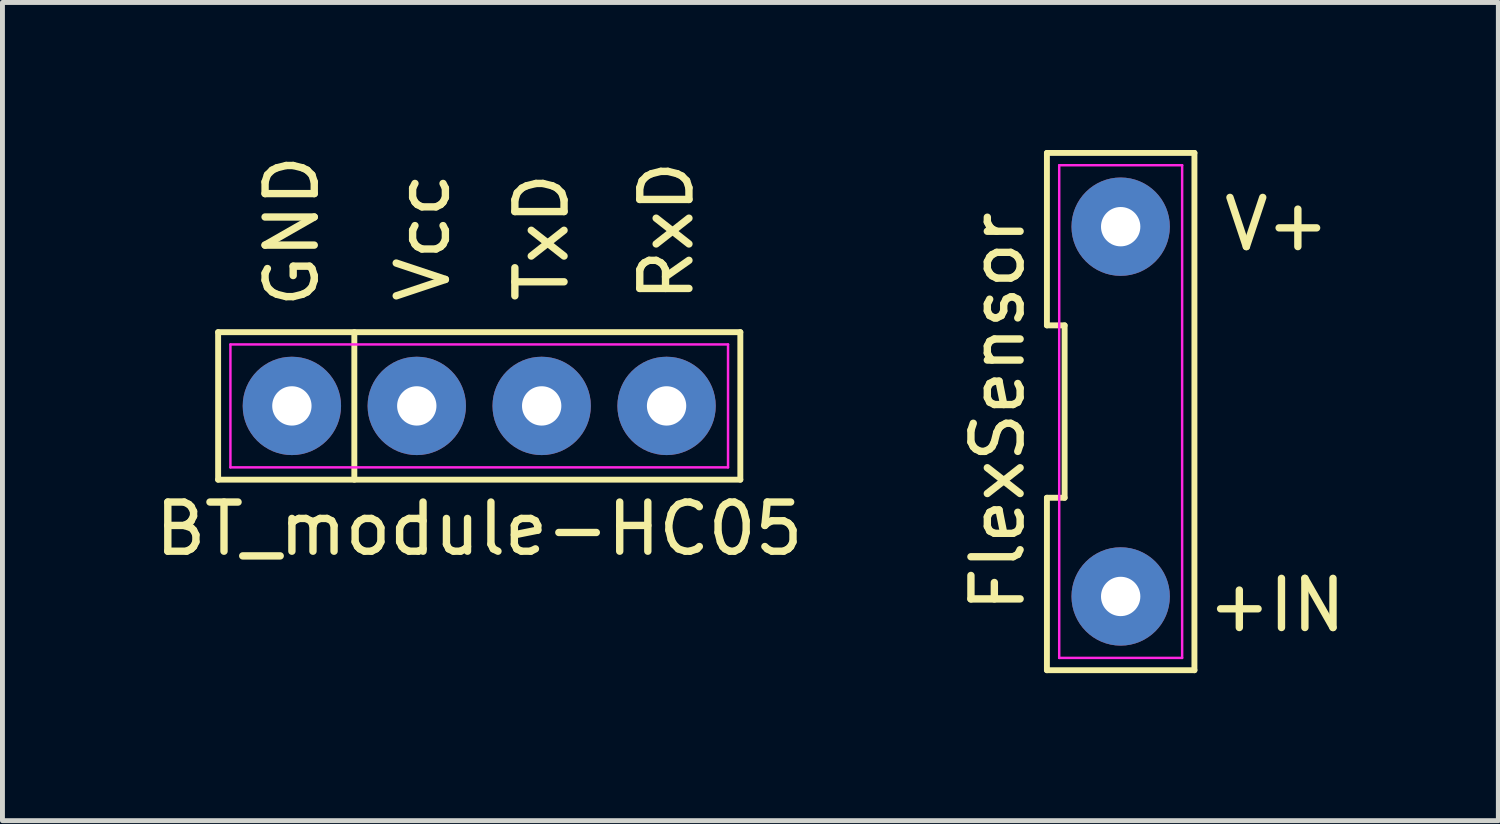
<source format=kicad_pcb>
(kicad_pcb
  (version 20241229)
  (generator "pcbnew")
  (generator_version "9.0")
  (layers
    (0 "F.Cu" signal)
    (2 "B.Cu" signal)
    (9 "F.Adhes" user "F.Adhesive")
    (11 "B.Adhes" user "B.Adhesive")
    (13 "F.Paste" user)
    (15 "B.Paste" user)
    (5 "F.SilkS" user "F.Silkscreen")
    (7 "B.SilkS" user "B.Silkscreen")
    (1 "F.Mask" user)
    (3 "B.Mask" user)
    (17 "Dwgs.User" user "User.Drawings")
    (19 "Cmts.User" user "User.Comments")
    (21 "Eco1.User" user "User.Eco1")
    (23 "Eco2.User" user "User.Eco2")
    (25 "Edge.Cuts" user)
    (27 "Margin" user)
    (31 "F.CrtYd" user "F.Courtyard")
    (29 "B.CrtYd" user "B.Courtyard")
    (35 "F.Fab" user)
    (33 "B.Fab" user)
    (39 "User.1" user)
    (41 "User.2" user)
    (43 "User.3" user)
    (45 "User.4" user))
  (footprint "BT_module-HC05"
    (layer "F.Cu")
    (at 6.696 5.205)
    (property "Reference" "BT_module-HC05" (at 0 2.5 0) (layer "F.SilkS") (effects (font (size 1 1) (thickness 0.15))))
    (attr through_hole)
    (fp_line (start -5.31 -1.5) (end 5.31 -1.5) (stroke (width 0.12) (type solid)) (layer "F.SilkS"))
    (fp_line (start -5.31 1.5) (end -5.31 -1.5) (stroke (width 0.12) (type solid)) (layer "F.SilkS"))
    (fp_line (start -2.54 -1.5) (end -2.54 1.5) (stroke (width 0.12) (type solid)) (layer "F.SilkS"))
    (fp_line (start 5.31 -1.5) (end 5.31 1.5) (stroke (width 0.12) (type solid)) (layer "F.SilkS"))
    (fp_line (start 5.31 1.5) (end -5.31 1.5) (stroke (width 0.12) (type solid)) (layer "F.SilkS"))
    (fp_line (start -5.06 -1.25) (end 5.06 -1.25) (stroke (width 0.05) (type solid)) (layer "F.CrtYd"))
    (fp_line (start -5.06 1.25) (end -5.06 -1.25) (stroke (width 0.05) (type solid)) (layer "F.CrtYd"))
    (fp_line (start 5.06 -1.25) (end 5.06 1.25) (stroke (width 0.05) (type solid)) (layer "F.CrtYd"))
    (fp_line (start 5.06 1.25) (end -5.06 1.25) (stroke (width 0.05) (type solid)) (layer "F.CrtYd"))
    (fp_text user "TxD" (at 1.27 -3.429 90) (layer "F.SilkS") (effects (font (size 1 1) (thickness 0.15))))
    (fp_text user "Vcc" (at -1.143 -3.429 90) (layer "F.SilkS") (effects (font (size 1 1) (thickness 0.15))))
    (fp_text user "GND" (at -3.81 -3.556 90) (layer "F.SilkS") (effects (font (size 1 1) (thickness 0.15))))
    (fp_text user "RxD" (at 3.81 -3.556 90) (layer "F.SilkS") (effects (font (size 1 1) (thickness 0.15))))
    (pad "1" thru_hole circle (at -3.81 0) (size 2 2) (drill 0.8) (layers "*.Cu" "*.Mask"))
    (pad "2" thru_hole circle (at -1.27 0) (size 2 2) (drill 0.8) (layers "*.Cu" "*.Mask"))
    (pad "3" thru_hole circle (at 1.27 0) (size 2 2) (drill 0.8) (layers "*.Cu" "*.Mask"))
    (pad "4" thru_hole circle (at 3.81 0) (size 2 2) (drill 0.8) (layers "*.Cu" "*.Mask")))
  (footprint "FlexSensor"
    (layer "F.Cu")
    (at 19.741 5.32)
    (property "Reference" "FlexSensor" (at -2.5 0 90) (layer "F.SilkS") (effects (font (size 1 1) (thickness 0.15))))
    (attr through_hole)
    (fp_line (start -1.5 -1.753) (end -1.14 -1.753) (stroke (width 0.12) (type solid)) (layer "F.SilkS"))
    (fp_line (start -1.5 1.753) (end -1.5 5.26) (stroke (width 0.12) (type solid)) (layer "F.SilkS"))
    (fp_line (start -1.5 5.26) (end 1.5 5.26) (stroke (width 0.12) (type solid)) (layer "F.SilkS"))
    (fp_line (start -1.5 -5.26) (end -1.5 -1.753) (stroke (width 0.12) (type solid)) (layer "F.SilkS"))
    (fp_line (start -1.14 -1.753) (end -1.14 1.753) (stroke (width 0.12) (type solid)) (layer "F.SilkS"))
    (fp_line (start -1.14 1.753) (end -1.5 1.753) (stroke (width 0.12) (type solid)) (layer "F.SilkS"))
    (fp_line (start 1.5 5.26) (end 1.5 -5.26) (stroke (width 0.12) (type solid)) (layer "F.SilkS"))
    (fp_line (start 1.5 -5.26) (end -1.5 -5.26) (stroke (width 0.12) (type solid)) (layer "F.SilkS"))
    (fp_line (start -1.25 -5.01) (end 1.25 -5.01) (stroke (width 0.05) (type solid)) (layer "F.CrtYd"))
    (fp_line (start -1.25 5.01) (end -1.25 -5.01) (stroke (width 0.05) (type solid)) (layer "F.CrtYd"))
    (fp_line (start 1.25 -5.01) (end 1.25 5.01) (stroke (width 0.05) (type solid)) (layer "F.CrtYd"))
    (fp_line (start 1.25 5.01) (end -1.25 5.01) (stroke (width 0.05) (type solid)) (layer "F.CrtYd"))
    (fp_text user "+IN" (at 3.175 3.937 0) (layer "F.SilkS") (effects (font (size 1 1) (thickness 0.15))))
    (fp_text user "V+" (at 3.175 -3.81 0) (layer "F.SilkS") (effects (font (size 1 1) (thickness 0.15))))
    (pad "1" thru_hole circle (at 0 3.76) (size 2 2) (drill 0.8) (layers "*.Cu" "*.Mask"))
    (pad "2" thru_hole circle (at 0 -3.76) (size 2 2) (drill 0.8) (layers "*.Cu" "*.Mask")))
  (gr_rect
    (start -3 -3)
    (end 27.422 13.64)
    (stroke (width 0.1) (type default))
    (fill no)
    (layer "Edge.Cuts")))
</source>
